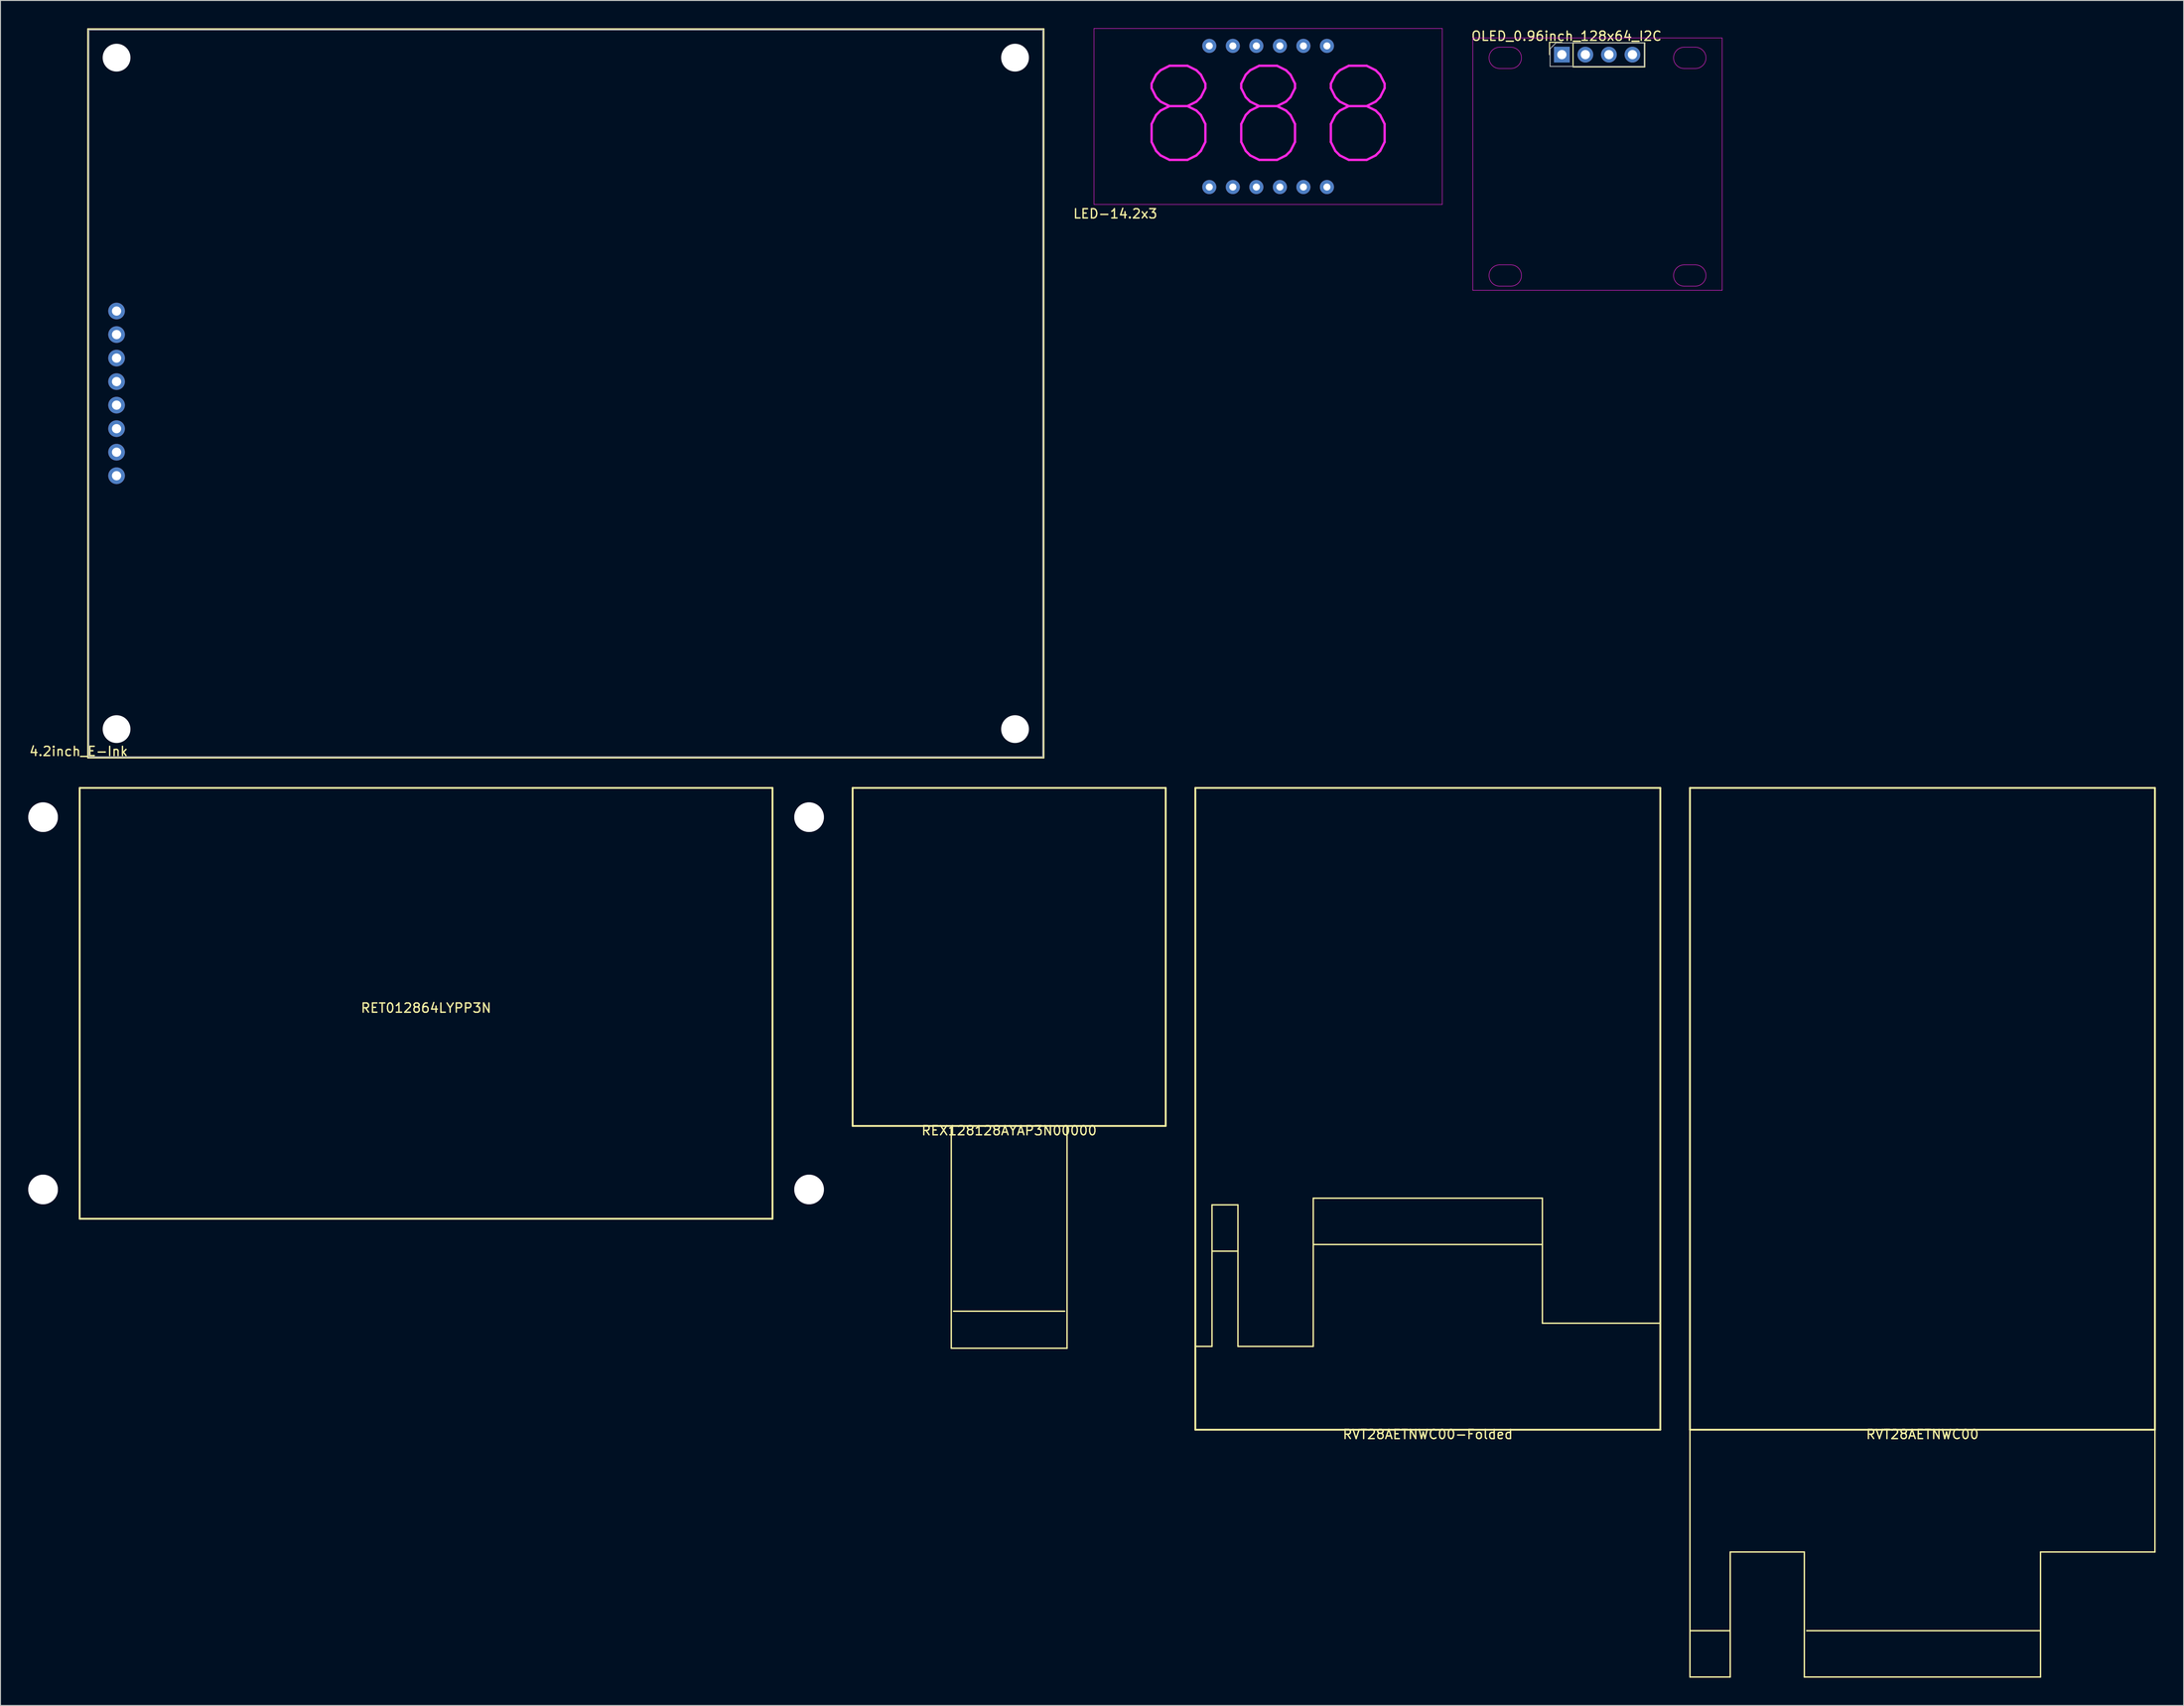
<source format=kicad_pcb>
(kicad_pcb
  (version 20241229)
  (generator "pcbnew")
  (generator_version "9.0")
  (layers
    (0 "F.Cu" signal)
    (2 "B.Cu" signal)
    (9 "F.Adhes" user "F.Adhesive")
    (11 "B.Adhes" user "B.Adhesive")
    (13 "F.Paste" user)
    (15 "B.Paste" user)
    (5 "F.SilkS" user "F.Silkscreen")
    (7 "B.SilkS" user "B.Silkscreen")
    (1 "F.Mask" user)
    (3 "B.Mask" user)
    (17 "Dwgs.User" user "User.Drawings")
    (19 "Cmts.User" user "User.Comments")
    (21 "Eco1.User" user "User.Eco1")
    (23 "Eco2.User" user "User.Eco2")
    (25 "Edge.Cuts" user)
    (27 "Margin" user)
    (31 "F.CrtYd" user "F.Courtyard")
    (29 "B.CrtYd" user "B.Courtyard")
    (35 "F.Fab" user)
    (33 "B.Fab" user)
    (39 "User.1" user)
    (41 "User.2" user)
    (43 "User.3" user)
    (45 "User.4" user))
  (footprint "OLED_0.96inch_128x64_I2C"
    (layer "F.Cu")
    (at 165.57 2.848)
    (property "Reference" "OLED_0.96inch_128x64_I2C" (at 0.5 -2 0) (layer "F.SilkS") (effects (font (size 1 1) (thickness 0.15))))
    (attr through_hole)
    (fp_line (start -1.33 -1.33) (end 0 -1.33) (stroke (width 0.12) (type solid)) (layer "F.SilkS"))
    (fp_line (start -1.33 0) (end -1.33 -1.33) (stroke (width 0.12) (type solid)) (layer "F.SilkS"))
    (fp_line (start 1.21 -1.27) (end 1.21 1.33) (stroke (width 0.12) (type solid)) (layer "F.SilkS"))
    (fp_line (start 1.21 -1.27) (end 8.95 -1.27) (stroke (width 0.12) (type solid)) (layer "F.SilkS"))
    (fp_line (start 1.21 1.33) (end 8.95 1.33) (stroke (width 0.12) (type solid)) (layer "F.SilkS"))
    (fp_line (start 8.95 -1.27) (end 8.95 1.33) (stroke (width 0.12) (type solid)) (layer "F.SilkS"))
    (fp_line (start -9.61 -1.8) (end -9.61 25.45) (stroke (width 0.05) (type solid)) (layer "F.CrtYd"))
    (fp_line (start -9.61 -1.8) (end 17.31 -1.8) (stroke (width 0.05) (type solid)) (layer "F.CrtYd"))
    (fp_line (start -9.61 25.45) (end 17.31 25.45) (stroke (width 0.05) (type solid)) (layer "F.CrtYd"))
    (fp_line (start -6.71 -0.8) (end -5.51 -0.8) (stroke (width 0.05) (type solid)) (layer "F.CrtYd"))
    (fp_line (start -6.71 1.5) (end -5.51 1.5) (stroke (width 0.05) (type solid)) (layer "F.CrtYd"))
    (fp_line (start -6.71 22.7) (end -5.51 22.7) (stroke (width 0.05) (type solid)) (layer "F.CrtYd"))
    (fp_line (start -6.71 25) (end -5.51 25) (stroke (width 0.05) (type solid)) (layer "F.CrtYd"))
    (fp_line (start 13.21 -0.8) (end 14.41 -0.8) (stroke (width 0.05) (type solid)) (layer "F.CrtYd"))
    (fp_line (start 13.21 1.5) (end 14.41 1.5) (stroke (width 0.05) (type solid)) (layer "F.CrtYd"))
    (fp_line (start 13.21 22.7) (end 14.41 22.7) (stroke (width 0.05) (type solid)) (layer "F.CrtYd"))
    (fp_line (start 13.21 25) (end 14.41 25) (stroke (width 0.05) (type solid)) (layer "F.CrtYd"))
    (fp_line (start 17.31 25.45) (end 17.31 -1.8) (stroke (width 0.05) (type solid)) (layer "F.CrtYd"))
    (fp_arc (start -6.71 1.5) (mid -7.86 0.35) (end -6.71 -0.8) (stroke (width 0.05) (type solid)) (layer "F.CrtYd"))
    (fp_arc (start -6.71 25) (mid -7.86 23.85) (end -6.71 22.7) (stroke (width 0.05) (type solid)) (layer "F.CrtYd"))
    (fp_arc (start -5.51 -0.8) (mid -4.36 0.35) (end -5.51 1.5) (stroke (width 0.05) (type solid)) (layer "F.CrtYd"))
    (fp_arc (start -5.51 22.7) (mid -4.36 23.85) (end -5.51 25) (stroke (width 0.05) (type solid)) (layer "F.CrtYd"))
    (fp_arc (start 13.21 1.5) (mid 12.06 0.35) (end 13.21 -0.8) (stroke (width 0.05) (type solid)) (layer "F.CrtYd"))
    (fp_arc (start 13.21 25) (mid 12.06 23.85) (end 13.21 22.7) (stroke (width 0.05) (type solid)) (layer "F.CrtYd"))
    (fp_arc (start 14.41 -0.8) (mid 15.56 0.35) (end 14.41 1.5) (stroke (width 0.05) (type solid)) (layer "F.CrtYd"))
    (fp_arc (start 14.41 22.7) (mid 15.56 23.85) (end 14.41 25) (stroke (width 0.05) (type solid)) (layer "F.CrtYd"))
    (fp_line (start -1.27 -0.635) (end -0.635 -1.27) (stroke (width 0.1) (type solid)) (layer "F.Fab"))
    (fp_line (start -1.27 1.27) (end -1.27 -0.635) (stroke (width 0.1) (type solid)) (layer "F.Fab"))
    (fp_line (start -0.635 -1.27) (end 8.89 -1.27) (stroke (width 0.1) (type solid)) (layer "F.Fab"))
    (fp_line (start 8.89 -1.27) (end 8.89 1.27) (stroke (width 0.1) (type solid)) (layer "F.Fab"))
    (fp_line (start 8.89 1.27) (end -1.27 1.27) (stroke (width 0.1) (type solid)) (layer "F.Fab"))
    (pad "1" thru_hole rect (at 0 0) (size 1.7 1.7) (drill 1) (layers "*.Cu" "*.Mask"))
    (pad "2" thru_hole oval (at 2.54 0) (size 1.7 1.7) (drill 1) (layers "*.Cu" "*.Mask"))
    (pad "3" thru_hole oval (at 5.08 0) (size 1.7 1.7) (drill 1) (layers "*.Cu" "*.Mask"))
    (pad "4" thru_hole oval (at 7.62 0) (size 1.7 1.7) (drill 1) (layers "*.Cu" "*.Mask")))
  (footprint "RVT28AETNWC00"
    (layer "F.Cu")
    (at 204.5 151.325)
    (property "Reference" "RVT28AETNWC00" (at 0 0.5 0) (layer "F.SilkS") (effects (font (size 1 1) (thickness 0.15))))
    (attr through_hole)
    (fp_line (start -25.1 -69.3) (end -25.1 0) (stroke (width 0.2) (type solid)) (layer "F.SilkS"))
    (fp_line (start -25.1 -69.3) (end 25.1 -69.3) (stroke (width 0.2) (type solid)) (layer "F.SilkS"))
    (fp_line (start -25.1 0) (end 25.1 0) (stroke (width 0.2) (type solid)) (layer "F.SilkS"))
    (fp_line (start -25.1 21.7) (end -20.75 21.7) (stroke (width 0.15) (type solid)) (layer "F.SilkS"))
    (fp_line (start -25.1 26.7) (end -25.1 0) (stroke (width 0.15) (type solid)) (layer "F.SilkS"))
    (fp_line (start -25.1 26.7) (end -20.75 26.7) (stroke (width 0.15) (type solid)) (layer "F.SilkS"))
    (fp_line (start -20.75 13.2) (end -12.75 13.2) (stroke (width 0.15) (type solid)) (layer "F.SilkS"))
    (fp_line (start -20.75 26.7) (end -20.75 13.2) (stroke (width 0.15) (type solid)) (layer "F.SilkS"))
    (fp_line (start -12.75 13.2) (end -12.75 26.7) (stroke (width 0.15) (type solid)) (layer "F.SilkS"))
    (fp_line (start -12.75 26.7) (end 12.75 26.7) (stroke (width 0.15) (type solid)) (layer "F.SilkS"))
    (fp_line (start -12.5 21.7) (end 12.75 21.7) (stroke (width 0.15) (type solid)) (layer "F.SilkS"))
    (fp_line (start 12.75 13.2) (end 25.1 13.2) (stroke (width 0.15) (type solid)) (layer "F.SilkS"))
    (fp_line (start 12.75 26.7) (end 12.75 13.2) (stroke (width 0.15) (type solid)) (layer "F.SilkS"))
    (fp_line (start 25.1 -69.3) (end 25.1 0) (stroke (width 0.2) (type solid)) (layer "F.SilkS"))
    (fp_line (start 25.1 13.2) (end 25.1 0) (stroke (width 0.15) (type solid)) (layer "F.SilkS")))
  (footprint "LED-14.2x3"
    (layer "F.Cu")
    (at 133.858 9.525)
    (property "Reference" "LED-14.2x3" (at -16.5 10.5 0) (layer "F.SilkS") (effects (font (size 1 1) (thickness 0.15))))
    (attr through_hole)
    (fp_line (start -18.8 -9.5) (end 18.8 -9.5) (stroke (width 0.05) (type solid)) (layer "F.CrtYd"))
    (fp_line (start -18.8 9.5) (end -18.8 -9.5) (stroke (width 0.05) (type solid)) (layer "F.CrtYd"))
    (fp_line (start 18.8 -9.5) (end 18.8 9.5) (stroke (width 0.05) (type solid)) (layer "F.CrtYd"))
    (fp_line (start 18.8 9.5) (end -18.8 9.5) (stroke (width 0.05) (type solid)) (layer "F.CrtYd"))
    (fp_text user "888" (at 0 0 0) (layer "F.CrtYd") (effects (font (size 10.16 10.16) (thickness 0.254))))
    (pad "1" thru_hole circle (at -6.35 7.62) (size 1.524 1.524) (drill 0.762) (layers "*.Cu" "*.Mask"))
    (pad "2" thru_hole circle (at -3.81 7.62) (size 1.524 1.524) (drill 0.762) (layers "*.Cu" "*.Mask"))
    (pad "3" thru_hole circle (at -1.27 7.62) (size 1.524 1.524) (drill 0.762) (layers "*.Cu" "*.Mask"))
    (pad "4" thru_hole circle (at 1.27 7.62) (size 1.524 1.524) (drill 0.762) (layers "*.Cu" "*.Mask"))
    (pad "5" thru_hole circle (at 3.81 7.62) (size 1.524 1.524) (drill 0.762) (layers "*.Cu" "*.Mask"))
    (pad "6" thru_hole circle (at 6.35 7.62) (size 1.524 1.524) (drill 0.762) (layers "*.Cu" "*.Mask"))
    (pad "7" thru_hole circle (at 6.35 -7.62) (size 1.524 1.524) (drill 0.762) (layers "*.Cu" "*.Mask"))
    (pad "8" thru_hole circle (at 3.81 -7.62) (size 1.524 1.524) (drill 0.762) (layers "*.Cu" "*.Mask"))
    (pad "9" thru_hole circle (at 1.27 -7.62) (size 1.524 1.524) (drill 0.762) (layers "*.Cu" "*.Mask"))
    (pad "10" thru_hole circle (at -1.27 -7.62) (size 1.524 1.524) (drill 0.762) (layers "*.Cu" "*.Mask"))
    (pad "11" thru_hole circle (at -3.81 -7.62) (size 1.524 1.524) (drill 0.762) (layers "*.Cu" "*.Mask"))
    (pad "12" thru_hole circle (at -6.35 -7.62) (size 1.524 1.524) (drill 0.762) (layers "*.Cu" "*.Mask")))
  (footprint "RVT28AETNWC00-Folded"
    (layer "F.Cu")
    (at 151.1 151.325)
    (property "Reference" "RVT28AETNWC00-Folded" (at 0 0.5 0) (layer "F.SilkS") (effects (font (size 1 1) (thickness 0.15))))
    (attr through_hole)
    (fp_line (start -25.1 -69.3) (end -25.1 0) (stroke (width 0.2) (type solid)) (layer "F.SilkS"))
    (fp_line (start -25.1 -69.3) (end 25.1 -69.3) (stroke (width 0.2) (type solid)) (layer "F.SilkS"))
    (fp_line (start -25.1 -9) (end -23.3 -9) (stroke (width 0.15) (type solid)) (layer "F.SilkS"))
    (fp_line (start -25.1 0) (end 25.1 0) (stroke (width 0.2) (type solid)) (layer "F.SilkS"))
    (fp_line (start -23.3 -24.28) (end -23.3 -9) (stroke (width 0.15) (type solid)) (layer "F.SilkS"))
    (fp_line (start -23.3 -24.28) (end -20.5 -24.28) (stroke (width 0.15) (type solid)) (layer "F.SilkS"))
    (fp_line (start -23.3 -19.28) (end -20.5 -19.28) (stroke (width 0.15) (type solid)) (layer "F.SilkS"))
    (fp_line (start -20.5 -24.28) (end -20.5 -9) (stroke (width 0.15) (type solid)) (layer "F.SilkS"))
    (fp_line (start -20.5 -9) (end -12.369 -9) (stroke (width 0.15) (type solid)) (layer "F.SilkS"))
    (fp_line (start -12.369 -25) (end 12.369 -25) (stroke (width 0.15) (type solid)) (layer "F.SilkS"))
    (fp_line (start -12.369 -20) (end 12.369 -20) (stroke (width 0.15) (type solid)) (layer "F.SilkS"))
    (fp_line (start -12.369 -9) (end -12.369 -25) (stroke (width 0.15) (type solid)) (layer "F.SilkS"))
    (fp_line (start 12.369 -25) (end 12.369 -11.5) (stroke (width 0.15) (type solid)) (layer "F.SilkS"))
    (fp_line (start 12.369 -11.5) (end 25.1 -11.5) (stroke (width 0.15) (type solid)) (layer "F.SilkS"))
    (fp_line (start 25.1 -69.3) (end 25.1 0) (stroke (width 0.2) (type solid)) (layer "F.SilkS")))
  (footprint "4.2inch_E-Ink"
    (layer "F.Cu")
    (at 6.535 78.675)
    (property "Reference" "4.2inch_E-Ink" (at -1.1 -0.6 0) (layer "F.SilkS") (effects (font (size 1 1) (thickness 0.15))))
    (attr through_hole)
    (fp_line (start -0.1 -78.6) (end -0.1 0.1) (stroke (width 0.15) (type solid)) (layer "F.SilkS"))
    (fp_line (start -0.1 0.1) (end 103.1 0.1) (stroke (width 0.15) (type solid)) (layer "F.SilkS"))
    (fp_line (start 103.1 -78.6) (end -0.1 -78.6) (stroke (width 0.15) (type solid)) (layer "F.SilkS"))
    (fp_line (start 103.1 0.1) (end 103.1 -78.6) (stroke (width 0.15) (type solid)) (layer "F.SilkS"))
    (fp_line (start 0 -78.5) (end 0 0) (stroke (width 0.12) (type solid)) (layer "F.Fab"))
    (fp_line (start 0 0) (end 103 0) (stroke (width 0.12) (type solid)) (layer "F.Fab"))
    (fp_line (start 103 -78.5) (end 0 -78.5) (stroke (width 0.12) (type solid)) (layer "F.Fab"))
    (fp_line (start 103 0) (end 103 -78.5) (stroke (width 0.12) (type solid)) (layer "F.Fab"))
    (pad "" np_thru_hole circle (at 3 -75.5) (size 3 3) (drill 3) (layers "*.Cu" "*.Mask"))
    (pad "" np_thru_hole circle (at 3 -3) (size 3 3) (drill 3) (layers "*.Cu" "*.Mask"))
    (pad "" np_thru_hole circle (at 100 -75.5) (size 3 3) (drill 3) (layers "*.Cu" "*.Mask"))
    (pad "" np_thru_hole circle (at 100 -3) (size 3 3) (drill 3) (layers "*.Cu" "*.Mask"))
    (pad "1" thru_hole circle (at 3 -48.14) (size 1.8 1.8) (drill 1) (layers "*.Cu" "*.Mask"))
    (pad "2" thru_hole circle (at 3 -45.6) (size 1.8 1.8) (drill 1) (layers "*.Cu" "*.Mask"))
    (pad "3" thru_hole circle (at 3 -43.06) (size 1.8 1.8) (drill 1) (layers "*.Cu" "*.Mask"))
    (pad "4" thru_hole circle (at 3 -40.52) (size 1.8 1.8) (drill 1) (layers "*.Cu" "*.Mask"))
    (pad "5" thru_hole circle (at 3 -37.98) (size 1.8 1.8) (drill 1) (layers "*.Cu" "*.Mask"))
    (pad "6" thru_hole circle (at 3 -35.44) (size 1.8 1.8) (drill 1) (layers "*.Cu" "*.Mask"))
    (pad "7" thru_hole circle (at 3 -32.9) (size 1.8 1.8) (drill 1) (layers "*.Cu" "*.Mask"))
    (pad "8" thru_hole circle (at 3 -30.36) (size 1.8 1.8) (drill 1) (layers "*.Cu" "*.Mask")))
  (footprint "REX128128AYAP3N00000"
    (layer "F.Cu")
    (at 105.9 118.525)
    (property "Reference" "REX128128AYAP3N00000" (at 0 0.5 0) (layer "F.SilkS") (effects (font (size 1 1) (thickness 0.15))))
    (attr through_hole)
    (fp_line (start -16.9 -36.5) (end -16.9 0) (stroke (width 0.2) (type solid)) (layer "F.SilkS"))
    (fp_line (start -16.9 -36.5) (end 16.9 -36.5) (stroke (width 0.2) (type solid)) (layer "F.SilkS"))
    (fp_line (start -16.9 0) (end 16.9 0) (stroke (width 0.2) (type solid)) (layer "F.SilkS"))
    (fp_line (start -6.25 24) (end -6.25 0) (stroke (width 0.15) (type solid)) (layer "F.SilkS"))
    (fp_line (start -6.25 24) (end 6.25 24) (stroke (width 0.15) (type solid)) (layer "F.SilkS"))
    (fp_line (start -6 20) (end 6 20) (stroke (width 0.15) (type solid)) (layer "F.SilkS"))
    (fp_line (start 6.25 24) (end 6.25 0) (stroke (width 0.15) (type solid)) (layer "F.SilkS"))
    (fp_line (start 16.9 -36.5) (end 16.9 0) (stroke (width 0.2) (type solid)) (layer "F.SilkS")))
  (footprint "RET012864LYPP3N"
    (layer "F.Cu")
    (at 42.95 105.285)
    (property "Reference" "RET012864LYPP3N" (at 0 0.5 0) (layer "F.SilkS") (effects (font (size 1 1) (thickness 0.15))))
    (attr through_hole)
    (fp_line (start -37.4 -23.26) (end 37.4 -23.26) (stroke (width 0.2) (type solid)) (layer "F.SilkS"))
    (fp_line (start -37.4 23.26) (end -37.4 -23.26) (stroke (width 0.2) (type solid)) (layer "F.SilkS"))
    (fp_line (start 37.4 -23.26) (end 37.4 23.26) (stroke (width 0.2) (type solid)) (layer "F.SilkS"))
    (fp_line (start 37.4 23.26) (end -37.4 23.26) (stroke (width 0.2) (type solid)) (layer "F.SilkS"))
    (pad "" thru_hole circle (at -41.35 -20.1) (size 3.2 3.2) (drill 3.2) (layers "*.Cu" "*.Mask"))
    (pad "" thru_hole circle (at -41.35 20.1) (size 3.2 3.2) (drill 3.2) (layers "*.Cu" "*.Mask"))
    (pad "" thru_hole circle (at 41.35 -20.1) (size 3.2 3.2) (drill 3.2) (layers "*.Cu" "*.Mask"))
    (pad "3" thru_hole circle (at 41.35 20.1) (size 3.2 3.2) (drill 3.2) (layers "*.Cu" "*.Mask")))
  (gr_rect
    (start -3 -3)
    (end 232.7 181.1)
    (stroke (width 0.1) (type default))
    (fill no)
    (layer "Edge.Cuts")))
</source>
